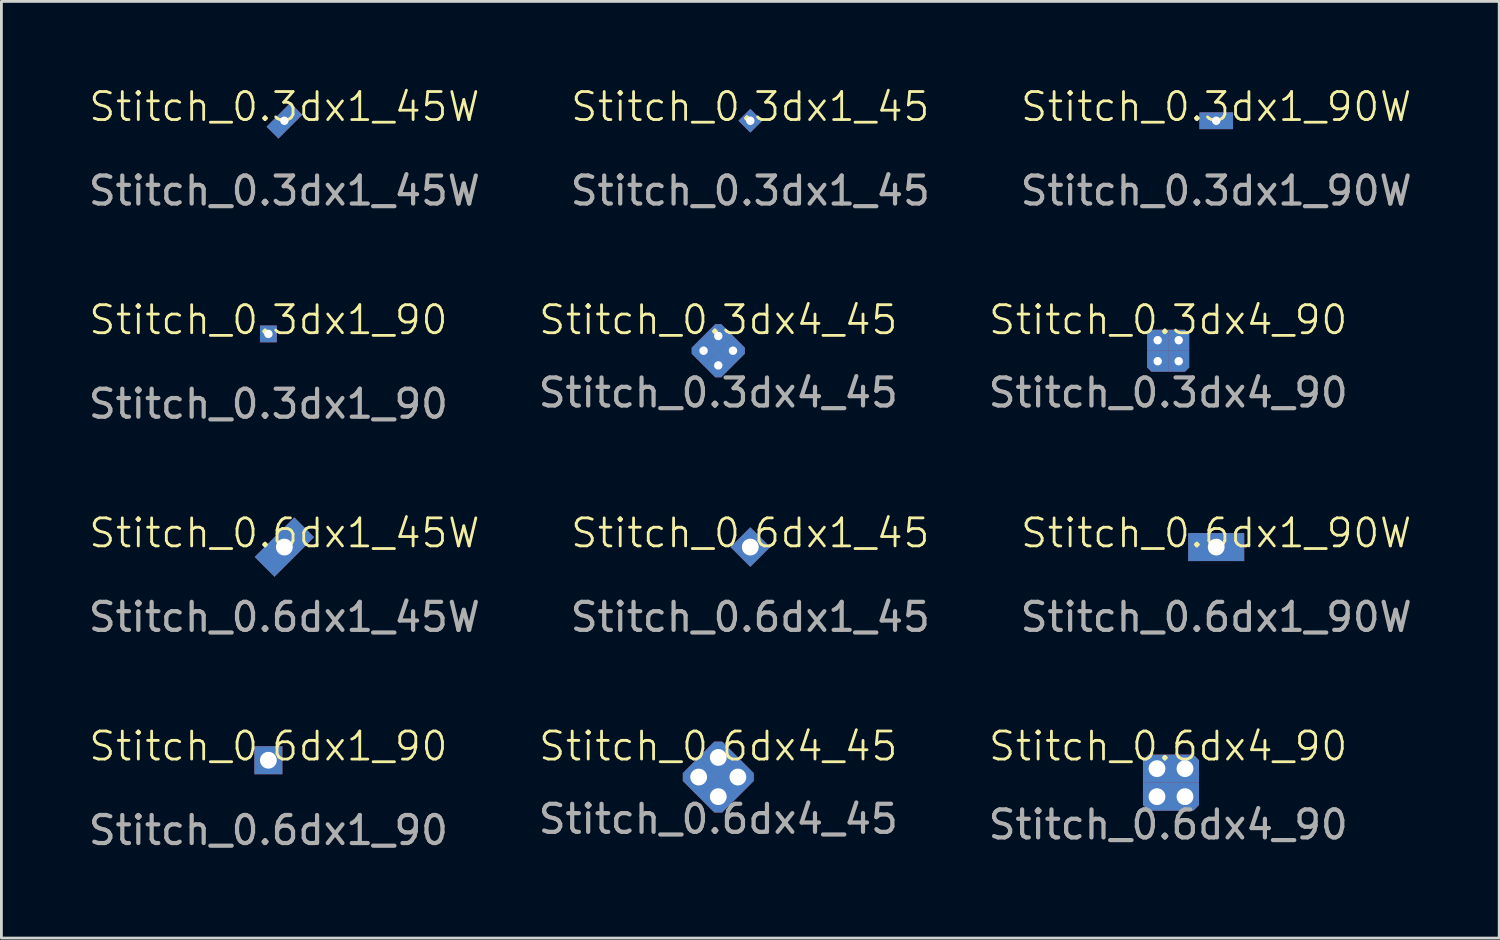
<source format=kicad_pcb>
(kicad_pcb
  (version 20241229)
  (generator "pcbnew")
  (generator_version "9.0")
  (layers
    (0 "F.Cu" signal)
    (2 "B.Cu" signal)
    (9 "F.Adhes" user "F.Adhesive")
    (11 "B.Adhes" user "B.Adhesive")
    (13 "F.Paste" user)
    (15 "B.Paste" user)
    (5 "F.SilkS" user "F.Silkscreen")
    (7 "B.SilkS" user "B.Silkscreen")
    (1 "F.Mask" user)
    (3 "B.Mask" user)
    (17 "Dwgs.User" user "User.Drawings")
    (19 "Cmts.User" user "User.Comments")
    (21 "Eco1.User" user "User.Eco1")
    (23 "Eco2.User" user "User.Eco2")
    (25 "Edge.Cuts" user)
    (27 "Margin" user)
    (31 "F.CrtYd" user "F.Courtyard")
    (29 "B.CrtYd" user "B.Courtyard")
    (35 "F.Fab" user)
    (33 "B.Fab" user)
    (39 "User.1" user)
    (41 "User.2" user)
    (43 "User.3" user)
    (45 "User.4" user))
  (footprint "Stitch_0.3dx4_90"
    (layer "F.Cu")
    (at 38.649 9.469)
    (property "Reference" "Stitch_0.3dx4_90" (at 0 -1.1 0) (unlocked yes) (layer "F.SilkS") (effects (font (size 1 1) (thickness 0.1))))
    (attr through_hole)
    (fp_text user "${REFERENCE}" (at 0 1.5 0) (unlocked yes) (layer "F.Fab") (effects (font (size 1 1) (thickness 0.15))))
    (pad "1" thru_hole roundrect (at -0.375 -0.375 180) (size 0.75 0.75) (drill 0.3) (layers "*.Cu" "*.Mask") (roundrect_rratio 0) (chamfer_ratio 0.2) (chamfer bottom_right))
    (pad "1" thru_hole roundrect (at -0.375 0.375 270) (size 0.75 0.75) (drill 0.3) (layers "*.Cu" "*.Mask") (roundrect_rratio 0) (chamfer_ratio 0.2) (chamfer bottom_right))
    (pad "1" thru_hole roundrect (at 0.375 -0.375 90) (size 0.75 0.75) (drill 0.3) (layers "*.Cu" "*.Mask") (roundrect_rratio 0) (chamfer_ratio 0.2) (chamfer bottom_right))
    (pad "1" thru_hole roundrect (at 0.375 0.375) (size 0.75 0.75) (drill 0.3) (layers "*.Cu" "*.Mask") (roundrect_rratio 0) (chamfer_ratio 0.2) (chamfer bottom_right)))
  (footprint "Stitch_0.6dx1_45"
    (layer "F.Cu")
    (at 23.732 16.478)
    (property "Reference" "Stitch_0.6dx1_45" (at 0 -0.5 0) (unlocked yes) (layer "F.SilkS") (effects (font (size 1 1) (thickness 0.1))))
    (attr through_hole)
    (fp_text user "${REFERENCE}" (at 0 2.5 0) (unlocked yes) (layer "F.Fab") (effects (font (size 1 1) (thickness 0.15))))
    (pad "1" thru_hole rect (at 0 0 45) (size 1 1) (drill 0.6) (layers "*.Cu" "*.Mask" "Eco2.User")))
  (footprint "Stitch_0.3dx1_45"
    (layer "F.Cu")
    (at 23.732 1.26)
    (property "Reference" "Stitch_0.3dx1_45" (at 0 -0.5 0) (unlocked yes) (layer "F.SilkS") (effects (font (size 1 1) (thickness 0.1))))
    (attr through_hole)
    (fp_text user "${REFERENCE}" (at 0 2.5 0) (unlocked yes) (layer "F.Fab") (effects (font (size 1 1) (thickness 0.15))))
    (pad "1" thru_hole rect (at 0 0 45) (size 0.6 0.6) (drill 0.3) (layers "*.Cu" "*.Mask" "Eco2.User")))
  (footprint "Stitch_0.6dx1_90"
    (layer "F.Cu")
    (at 6.53 24.087)
    (property "Reference" "Stitch_0.6dx1_90" (at 0 -0.5 0) (unlocked yes) (layer "F.SilkS") (effects (font (size 1 1) (thickness 0.1))))
    (attr through_hole)
    (fp_text user "${REFERENCE}" (at 0 2.5 0) (unlocked yes) (layer "F.Fab") (effects (font (size 1 1) (thickness 0.15))))
    (pad "1" thru_hole rect (at 0 0) (size 1 1) (drill 0.6) (layers "*.Cu" "*.Mask" "Eco2.User")))
  (footprint "Stitch_0.6dx1_45W"
    (layer "F.Cu")
    (at 7.101 16.478)
    (property "Reference" "Stitch_0.6dx1_45W" (at 0 -0.5 0) (unlocked yes) (layer "F.SilkS") (effects (font (size 1 1) (thickness 0.1))))
    (attr through_hole)
    (fp_text user "${REFERENCE}" (at 0 2.5 0) (unlocked yes) (layer "F.Fab") (effects (font (size 1 1) (thickness 0.15))))
    (pad "1" thru_hole rect (at 0 0 45) (size 2 1) (drill 0.6) (layers "*.Cu" "*.Mask" "Eco2.User")))
  (footprint "Stitch_0.6dx4_45"
    (layer "F.Cu")
    (at 22.589 24.687)
    (property "Reference" "Stitch_0.6dx4_45" (at 0 -1.1 0) (unlocked yes) (layer "F.SilkS") (effects (font (size 1 1) (thickness 0.1))))
    (attr through_hole)
    (fp_text user "${REFERENCE}" (at 0 1.5 0) (unlocked yes) (layer "F.Fab") (effects (font (size 1 1) (thickness 0.15))))
    (pad "1" thru_hole roundrect (at -0.7 0 225) (size 1 1) (drill 0.6) (layers "*.Cu" "*.Mask") (roundrect_rratio 0) (chamfer_ratio 0.2) (chamfer bottom_right))
    (pad "1" thru_hole roundrect (at 0 -0.7 135) (size 1 1) (drill 0.6) (layers "*.Cu" "*.Mask") (roundrect_rratio 0) (chamfer_ratio 0.2) (chamfer bottom_right))
    (pad "1" thru_hole roundrect (at 0 0.7 315) (size 1 1) (drill 0.6) (layers "*.Cu" "*.Mask") (roundrect_rratio 0) (chamfer_ratio 0.2) (chamfer bottom_right))
    (pad "1" thru_hole roundrect (at 0.7 0 45) (size 1 1) (drill 0.6) (layers "*.Cu" "*.Mask") (roundrect_rratio 0) (chamfer_ratio 0.2) (chamfer bottom_right)))
  (footprint "Stitch_0.6dx1_90W"
    (layer "F.Cu")
    (at 40.363 16.478)
    (property "Reference" "Stitch_0.6dx1_90W" (at 0 -0.5 0) (unlocked yes) (layer "F.SilkS") (effects (font (size 1 1) (thickness 0.1))))
    (attr through_hole)
    (fp_text user "${REFERENCE}" (at 0 2.5 0) (unlocked yes) (layer "F.Fab") (effects (font (size 1 1) (thickness 0.15))))
    (pad "1" thru_hole rect (at 0 0) (size 2 1) (drill 0.6) (layers "*.Cu" "*.Mask" "Eco2.User")))
  (footprint "Stitch_0.6dx4_90"
    (layer "F.Cu")
    (at 38.649 24.887)
    (property "Reference" "Stitch_0.6dx4_90" (at 0 -1.3 0) (unlocked yes) (layer "F.SilkS") (effects (font (size 1 1) (thickness 0.1))))
    (attr through_hole)
    (fp_text user "${REFERENCE}" (at 0 1.5 0) (unlocked yes) (layer "F.Fab") (effects (font (size 1 1) (thickness 0.15))))
    (pad "1" thru_hole roundrect (at -0.4 -0.5 180) (size 1 1) (drill 0.6) (layers "*.Cu" "*.Mask") (roundrect_rratio 0) (chamfer_ratio 0.2) (chamfer bottom_right))
    (pad "1" thru_hole roundrect (at -0.4 0.5 270) (size 1 1) (drill 0.6) (layers "*.Cu" "*.Mask") (roundrect_rratio 0) (chamfer_ratio 0.2) (chamfer bottom_right))
    (pad "1" thru_hole roundrect (at 0.6 -0.5 90) (size 1 1) (drill 0.6) (layers "*.Cu" "*.Mask") (roundrect_rratio 0) (chamfer_ratio 0.2) (chamfer bottom_right))
    (pad "1" thru_hole roundrect (at 0.6 0.5) (size 1 1) (drill 0.6) (layers "*.Cu" "*.Mask") (roundrect_rratio 0) (chamfer_ratio 0.2) (chamfer bottom_right)))
  (footprint "Stitch_0.3dx1_45W"
    (layer "F.Cu")
    (at 7.101 1.26)
    (property "Reference" "Stitch_0.3dx1_45W" (at 0 -0.5 0) (unlocked yes) (layer "F.SilkS") (effects (font (size 1 1) (thickness 0.1))))
    (attr through_hole)
    (fp_text user "${REFERENCE}" (at 0 2.5 0) (unlocked yes) (layer "F.Fab") (effects (font (size 1 1) (thickness 0.15))))
    (pad "1" thru_hole rect (at 0 0 45) (size 1.2 0.6) (drill 0.3) (layers "*.Cu" "*.Mask" "Eco2.User")))
  (footprint "Stitch_0.3dx1_90W"
    (layer "F.Cu")
    (at 40.363 1.26)
    (property "Reference" "Stitch_0.3dx1_90W" (at 0 -0.5 0) (unlocked yes) (layer "F.SilkS") (effects (font (size 1 1) (thickness 0.1))))
    (attr through_hole)
    (fp_text user "${REFERENCE}" (at 0 2.5 0) (unlocked yes) (layer "F.Fab") (effects (font (size 1 1) (thickness 0.15))))
    (pad "1" thru_hole rect (at 0 0) (size 1.2 0.6) (drill 0.3) (layers "*.Cu" "*.Mask" "Eco2.User")))
  (footprint "Stitch_0.3dx1_90"
    (layer "F.Cu")
    (at 6.53 8.869)
    (property "Reference" "Stitch_0.3dx1_90" (at 0 -0.5 0) (unlocked yes) (layer "F.SilkS") (effects (font (size 1 1) (thickness 0.1))))
    (attr through_hole)
    (fp_text user "${REFERENCE}" (at 0 2.5 0) (unlocked yes) (layer "F.Fab") (effects (font (size 1 1) (thickness 0.15))))
    (pad "1" thru_hole rect (at 0 0) (size 0.6 0.6) (drill 0.3) (layers "*.Cu" "*.Mask" "Eco2.User")))
  (footprint "Stitch_0.3dx4_45"
    (layer "F.Cu")
    (at 22.589 9.469)
    (property "Reference" "Stitch_0.3dx4_45" (at 0 -1.1 0) (unlocked yes) (layer "F.SilkS") (effects (font (size 1 1) (thickness 0.1))))
    (attr through_hole)
    (fp_text user "${REFERENCE}" (at 0 1.5 0) (unlocked yes) (layer "F.Fab") (effects (font (size 1 1) (thickness 0.15))))
    (pad "1" thru_hole roundrect (at -0.525 0 225) (size 0.75 0.75) (drill 0.3) (layers "*.Cu" "*.Mask") (roundrect_rratio 0) (chamfer_ratio 0.2) (chamfer bottom_right))
    (pad "1" thru_hole roundrect (at 0 -0.525 135) (size 0.75 0.75) (drill 0.3) (layers "*.Cu" "*.Mask") (roundrect_rratio 0) (chamfer_ratio 0.2) (chamfer bottom_right))
    (pad "1" thru_hole roundrect (at 0 0.525 315) (size 0.75 0.75) (drill 0.3) (layers "*.Cu" "*.Mask") (roundrect_rratio 0) (chamfer_ratio 0.2) (chamfer bottom_right))
    (pad "1" thru_hole roundrect (at 0.525 0 45) (size 0.75 0.75) (drill 0.3) (layers "*.Cu" "*.Mask") (roundrect_rratio 0) (chamfer_ratio 0.2) (chamfer bottom_right)))
  (gr_rect
    (start -3 -3)
    (end 50.464 30.435)
    (stroke (width 0.1) (type default))
    (fill no)
    (layer "Edge.Cuts")))
</source>
